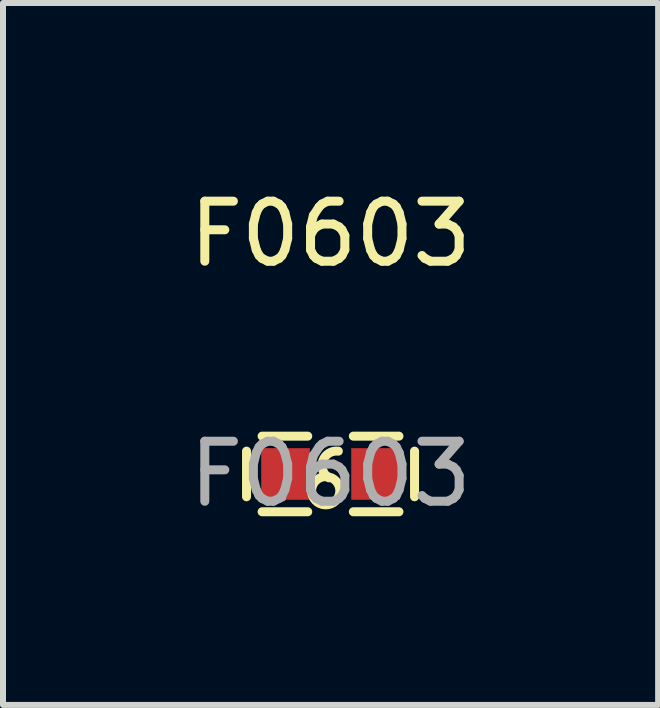
<source format=kicad_pcb>
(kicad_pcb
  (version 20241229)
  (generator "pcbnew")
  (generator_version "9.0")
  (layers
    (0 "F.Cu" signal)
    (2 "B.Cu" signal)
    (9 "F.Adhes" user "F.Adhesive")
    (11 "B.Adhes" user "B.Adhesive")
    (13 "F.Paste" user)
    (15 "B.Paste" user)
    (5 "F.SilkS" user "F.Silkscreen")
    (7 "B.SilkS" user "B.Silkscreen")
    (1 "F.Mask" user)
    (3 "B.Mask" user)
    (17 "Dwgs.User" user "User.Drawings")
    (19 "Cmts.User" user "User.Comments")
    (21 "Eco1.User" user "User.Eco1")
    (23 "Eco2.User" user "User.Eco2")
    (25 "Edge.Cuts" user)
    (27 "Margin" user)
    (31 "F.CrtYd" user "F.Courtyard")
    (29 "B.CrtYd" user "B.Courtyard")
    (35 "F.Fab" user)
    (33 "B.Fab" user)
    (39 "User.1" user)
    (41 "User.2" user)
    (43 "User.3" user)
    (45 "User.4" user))
  (footprint "F0603"
    (layer "F.Cu")
    (at 2.458 4.848)
    (property "Reference" "F0603" (at 0 -4 0) (layer "F.SilkS") (effects (font (size 1 1) (thickness 0.15))))
    (attr smd)
    (fp_line (start -1.4 -0.38) (end -1.4 0.38) (stroke (width 0.15) (type solid)) (layer "F.SilkS"))
    (fp_line (start -0.38 -0.63) (end -1.14 -0.63) (stroke (width 0.15) (type solid)) (layer "F.SilkS"))
    (fp_line (start -0.38 0.63) (end -1.14 0.63) (stroke (width 0.15) (type solid)) (layer "F.SilkS"))
    (fp_line (start 0.38 -0.63) (end 1.14 -0.63) (stroke (width 0.15) (type solid)) (layer "F.SilkS"))
    (fp_line (start 0.38 0.63) (end 1.14 0.63) (stroke (width 0.15) (type solid)) (layer "F.SilkS"))
    (fp_line (start 1.4 -0.38) (end 1.4 0.38) (stroke (width 0.15) (type solid)) (layer "F.SilkS"))
    (fp_arc (start -0.134006 0.509092) (mid -0.027995 0.050445) (end -0.13 0.51) (stroke (width 0.15) (type solid)) (layer "F.SilkS"))
    (fp_arc (start -0.030294 0.063773) (mid -0.127483 -0.222168) (end 0.13 -0.38) (stroke (width 0.15) (type solid)) (layer "F.SilkS"))
    (fp_circle (center -0.8 0.4) (end -0.77 0.4) (stroke (width 0.06) (type solid)) (fill no) (layer "F.Fab"))
    (fp_text user "${REFERENCE}" (at 0 0 0) (layer "F.Fab") (effects (font (size 1 1) (thickness 0.15))))
    (pad "1" smd rect (at -0.75 0) (size 0.81 0.86) (layers "F.Cu" "F.Mask" "F.Paste"))
    (pad "2" smd rect (at 0.75 0) (size 0.81 0.86) (layers "F.Cu" "F.Mask" "F.Paste")))
  (gr_rect
    (start -3 -3)
    (end 7.917 8.697)
    (stroke (width 0.1) (type default))
    (fill no)
    (layer "Edge.Cuts")))
</source>
